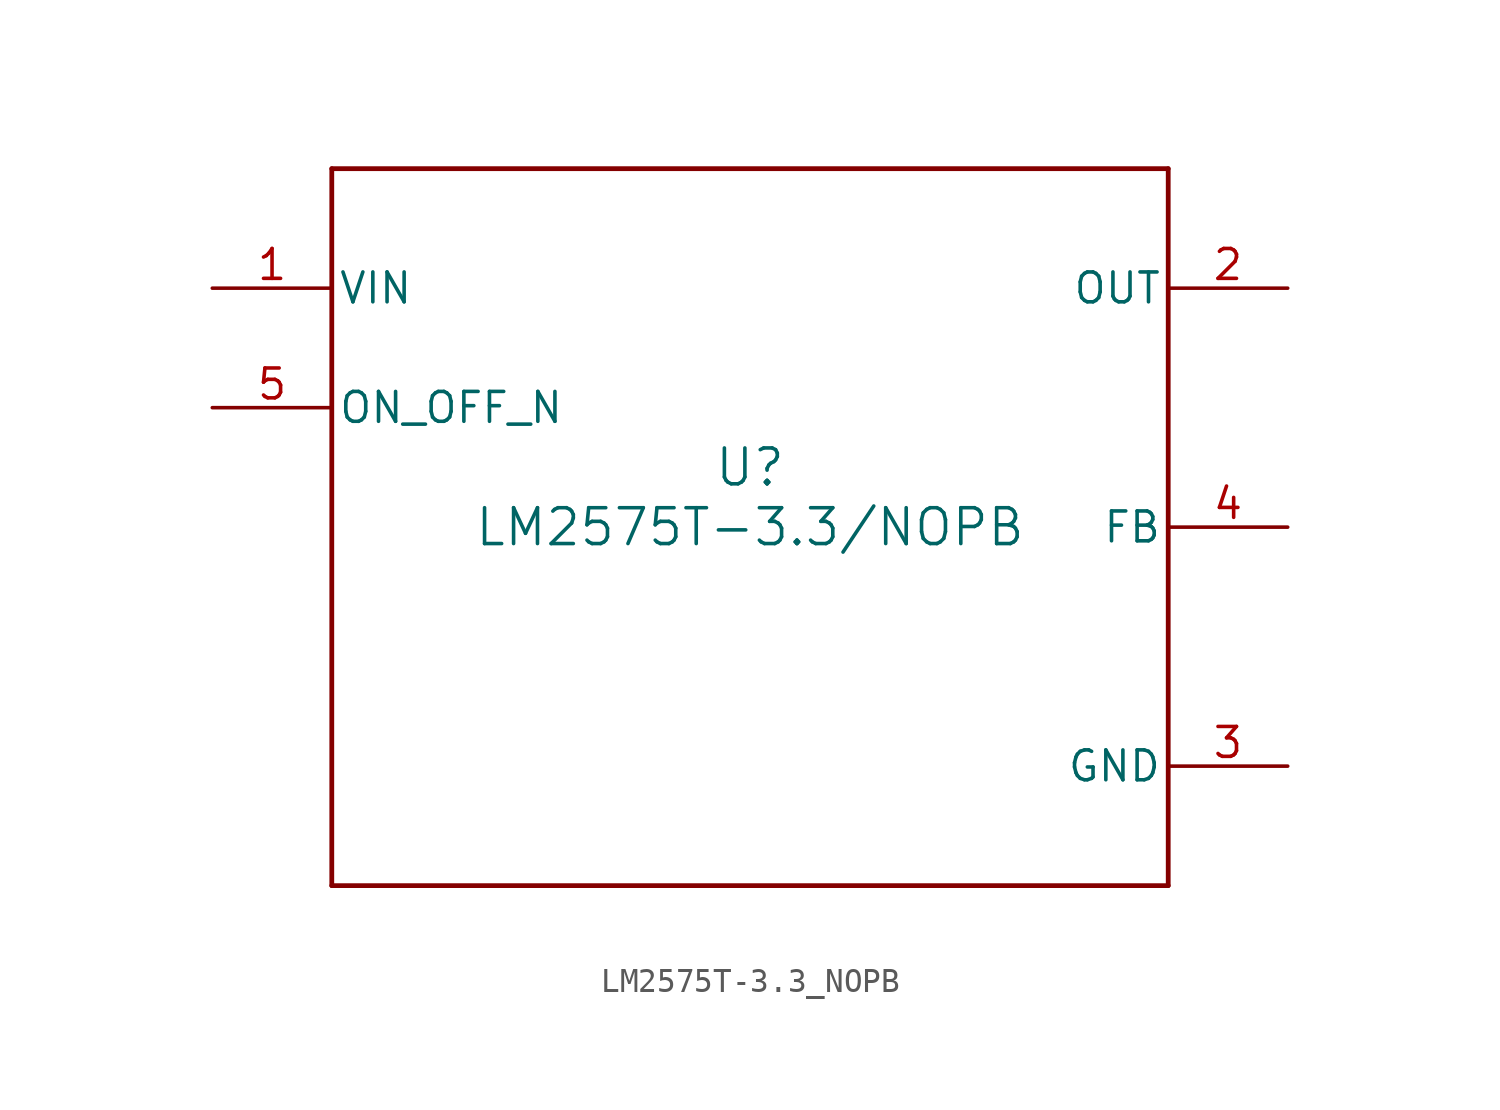
<source format=kicad_sym>
(kicad_symbol_lib
  (version 20211014)
  (generator kicad_symbol_editor)
  (symbol "LM2575T-3.3_NOPB"
    (pin_names
      (offset 0.254))
    (property "Reference" "U"
      (at 0 2.54 0)
      (effects (font (size 1.524 1.524))))
    (property "Value" "LM2575T-3.3/NOPB"
      (at 0 0 0)
      (effects (font (size 1.524 1.524))))
    (symbol "LM2575T-3.3_NOPB_0_1"
      (polyline (pts (xy -17.78 -15.24) (xy 17.78 -15.24)) (stroke (width 0.203) (type default) (color 0 0 0 0)) (fill (type none)))
      (polyline (pts (xy 17.78 -15.24) (xy 17.78 15.24)) (stroke (width 0.203) (type default) (color 0 0 0 0)) (fill (type none)))
      (polyline (pts (xy 17.78 15.24) (xy -17.78 15.24)) (stroke (width 0.203) (type default) (color 0 0 0 0)) (fill (type none)))
      (polyline (pts (xy -17.78 15.24) (xy -17.78 -15.24)) (stroke (width 0.203) (type default) (color 0 0 0 0)) (fill (type none)))
      (pin power_in line (at -22.86 10.16 0) (length 5.08) (name "VIN" (effects (font (size 1.27 1.27)))) (number "1" (effects (font (size 1.27 1.27)))))
      (pin output line (at 22.86 10.16 180) (length 5.08) (name "OUT" (effects (font (size 1.27 1.27)))) (number "2" (effects (font (size 1.27 1.27)))))
      (pin power_in line (at 22.86 -10.16 180) (length 5.08) (name "GND" (effects (font (size 1.27 1.27)))) (number "3" (effects (font (size 1.27 1.27)))))
      (pin input line (at 22.86 0 180) (length 5.08) (name "FB" (effects (font (size 1.27 1.27)))) (number "4" (effects (font (size 1.27 1.27)))))
      (pin input line (at -22.86 5.08 0) (length 5.08) (name "ON_OFF_N" (effects (font (size 1.27 1.27)))) (number "5" (effects (font (size 1.27 1.27))))))))
</source>
